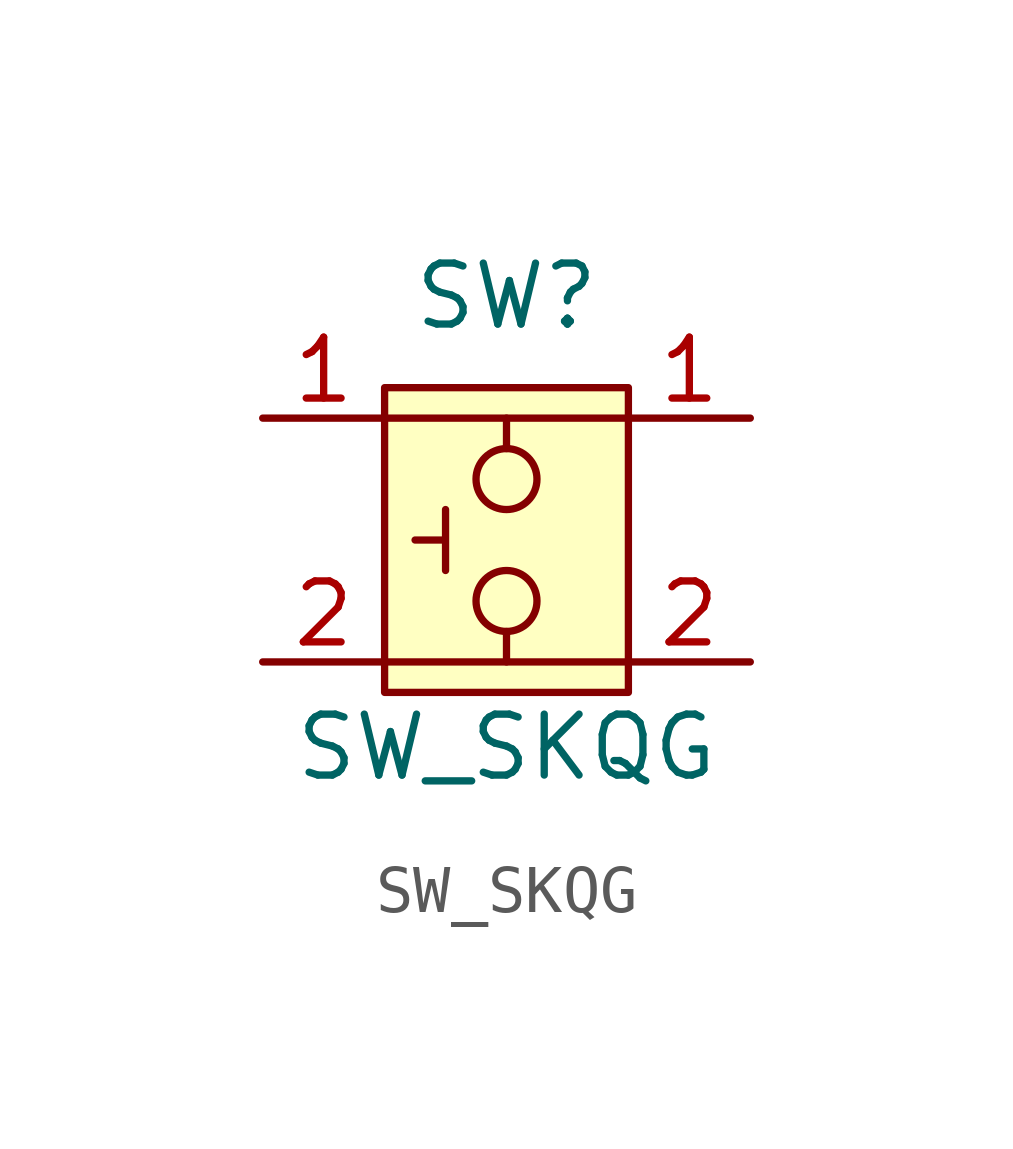
<source format=kicad_sym>
(kicad_symbol_lib
  (version 20241209)
  (generator "kicad_symbol_editor")
  (generator_version "9.0")
  (symbol "SW_SKQG"
    (property "Reference" "SW"
      (at 0 5.08 0)
      (effects (font (size 1.27 1.27))))
    (property "Value" "SW_SKQG"
      (at 0 -4.318 0)
      (effects (font (size 1.27 1.27))))
    (symbol "SW_SKQG_0_1"
      (polyline (pts (xy -1.27 0.635) (xy -1.27 -0.635) (xy -1.27 0) (xy -1.905 0)) (stroke (width 0) (type default)) (fill (type none)))
      (polyline (pts (xy 0 1.905) (xy 0 2.54)) (stroke (width 0) (type default)) (fill (type none)))
      (circle (center 0 1.27) (radius 0.635) (stroke (width 0) (type default)) (fill (type none)))
      (circle (center 0 -1.27) (radius 0.635) (stroke (width 0) (type default)) (fill (type none)))
      (polyline (pts (xy 0 -1.905) (xy 0 -2.54)) (stroke (width 0) (type default)) (fill (type none))))
    (symbol "SW_SKQG_1_1"
      (rectangle (start -2.54 3.175) (end 2.54 -3.175) (stroke (width 0) (type solid)) (fill (type background)))
      (polyline (pts (xy -2.54 -2.54) (xy 2.54 -2.54)) (stroke (width 0) (type default)) (fill (type none)))
      (polyline (pts (xy 2.54 2.54) (xy -2.54 2.54)) (stroke (width 0) (type default)) (fill (type none)))
      (pin passive line (at -5.08 2.54 0) (length 2.54) (name "~" (effects (font (size 1.27 1.27)))) (number "1" (effects (font (size 1.27 1.27)))))
      (pin passive line (at -5.08 -2.54 0) (length 2.54) (name "~" (effects (font (size 1.27 1.27)))) (number "2" (effects (font (size 1.27 1.27)))))
      (pin passive line (at 5.08 2.54 180) (length 2.54) (name "~" (effects (font (size 1.27 1.27)))) (number "1" (effects (font (size 1.27 1.27)))))
      (pin passive line (at 5.08 -2.54 180) (length 2.54) (name "~" (effects (font (size 1.27 1.27)))) (number "2" (effects (font (size 1.27 1.27))))))))
</source>
